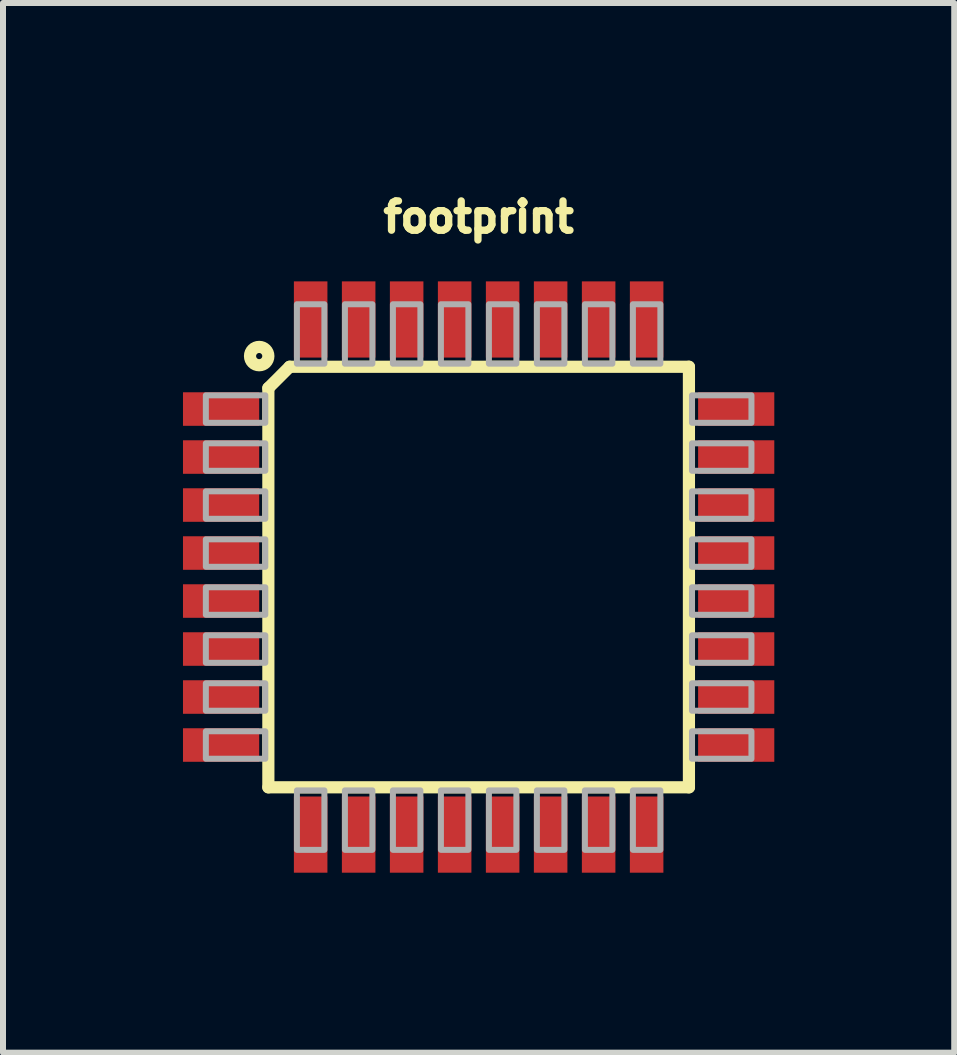
<source format=kicad_pcb>
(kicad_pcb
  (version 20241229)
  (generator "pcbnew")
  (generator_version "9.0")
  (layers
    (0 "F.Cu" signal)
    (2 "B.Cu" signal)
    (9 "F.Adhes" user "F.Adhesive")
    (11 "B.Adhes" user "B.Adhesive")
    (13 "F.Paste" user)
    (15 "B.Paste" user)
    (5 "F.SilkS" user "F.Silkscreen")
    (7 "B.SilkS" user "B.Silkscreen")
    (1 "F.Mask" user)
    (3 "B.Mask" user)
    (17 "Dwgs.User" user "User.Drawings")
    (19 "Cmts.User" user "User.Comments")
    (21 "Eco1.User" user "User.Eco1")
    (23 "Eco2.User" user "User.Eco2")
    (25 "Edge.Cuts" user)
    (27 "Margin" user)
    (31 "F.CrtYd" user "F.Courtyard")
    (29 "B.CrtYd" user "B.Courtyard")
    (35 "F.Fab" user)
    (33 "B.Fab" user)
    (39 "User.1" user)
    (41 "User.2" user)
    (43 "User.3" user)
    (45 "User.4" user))
  (footprint "footprint"
    (layer "F.Cu")
    (at 4.928 6.568)
    (property "Reference" "footprint" (at 0 -5.715 0) (layer "F.SilkS") (effects (font (size 0.488 0.488) (thickness 0.122)) (justify bottom)))
    (fp_line (start -3.505 3.505) (end -3.505 -3.15) (stroke (width 0.203) (type solid)) (layer "F.SilkS"))
    (fp_line (start -3.15 -3.505) (end -3.505 -3.15) (stroke (width 0.203) (type solid)) (layer "F.SilkS"))
    (fp_line (start -3.15 -3.505) (end 3.505 -3.505) (stroke (width 0.203) (type solid)) (layer "F.SilkS"))
    (fp_line (start 3.505 -3.505) (end 3.505 3.505) (stroke (width 0.203) (type solid)) (layer "F.SilkS"))
    (fp_line (start 3.505 3.505) (end -3.505 3.505) (stroke (width 0.203) (type solid)) (layer "F.SilkS"))
    (fp_circle (center -3.658 -3.683) (end -3.505 -3.683) (stroke (width 0.203) (type solid)) (fill no) (layer "F.SilkS"))
    (fp_poly (pts (xy -4.547 -2.571) (xy -3.556 -2.571) (xy -3.556 -3.029) (xy -4.547 -3.029)) (stroke (width 0.1) (type solid)) (fill no) (layer "F.Fab"))
    (fp_poly (pts (xy -4.547 -1.771) (xy -3.556 -1.771) (xy -3.556 -2.229) (xy -4.547 -2.229)) (stroke (width 0.1) (type solid)) (fill no) (layer "F.Fab"))
    (fp_poly (pts (xy -4.547 -0.971) (xy -3.556 -0.971) (xy -3.556 -1.429) (xy -4.547 -1.429)) (stroke (width 0.1) (type solid)) (fill no) (layer "F.Fab"))
    (fp_poly (pts (xy -4.547 -0.171) (xy -3.556 -0.171) (xy -3.556 -0.629) (xy -4.547 -0.629)) (stroke (width 0.1) (type solid)) (fill no) (layer "F.Fab"))
    (fp_poly (pts (xy -4.547 0.629) (xy -3.556 0.629) (xy -3.556 0.171) (xy -4.547 0.171)) (stroke (width 0.1) (type solid)) (fill no) (layer "F.Fab"))
    (fp_poly (pts (xy -4.547 1.429) (xy -3.556 1.429) (xy -3.556 0.971) (xy -4.547 0.971)) (stroke (width 0.1) (type solid)) (fill no) (layer "F.Fab"))
    (fp_poly (pts (xy -4.547 2.229) (xy -3.556 2.229) (xy -3.556 1.771) (xy -4.547 1.771)) (stroke (width 0.1) (type solid)) (fill no) (layer "F.Fab"))
    (fp_poly (pts (xy -4.547 3.029) (xy -3.556 3.029) (xy -3.556 2.571) (xy -4.547 2.571)) (stroke (width 0.1) (type solid)) (fill no) (layer "F.Fab"))
    (fp_poly (pts (xy -3.029 -3.556) (xy -2.571 -3.556) (xy -2.571 -4.547) (xy -3.029 -4.547)) (stroke (width 0.1) (type solid)) (fill no) (layer "F.Fab"))
    (fp_poly (pts (xy -3.029 4.547) (xy -2.571 4.547) (xy -2.571 3.556) (xy -3.029 3.556)) (stroke (width 0.1) (type solid)) (fill no) (layer "F.Fab"))
    (fp_poly (pts (xy -2.229 -3.556) (xy -1.771 -3.556) (xy -1.771 -4.547) (xy -2.229 -4.547)) (stroke (width 0.1) (type solid)) (fill no) (layer "F.Fab"))
    (fp_poly (pts (xy -2.229 4.547) (xy -1.771 4.547) (xy -1.771 3.556) (xy -2.229 3.556)) (stroke (width 0.1) (type solid)) (fill no) (layer "F.Fab"))
    (fp_poly (pts (xy -1.429 -3.556) (xy -0.971 -3.556) (xy -0.971 -4.547) (xy -1.429 -4.547)) (stroke (width 0.1) (type solid)) (fill no) (layer "F.Fab"))
    (fp_poly (pts (xy -1.429 4.547) (xy -0.971 4.547) (xy -0.971 3.556) (xy -1.429 3.556)) (stroke (width 0.1) (type solid)) (fill no) (layer "F.Fab"))
    (fp_poly (pts (xy -0.629 -3.556) (xy -0.171 -3.556) (xy -0.171 -4.547) (xy -0.629 -4.547)) (stroke (width 0.1) (type solid)) (fill no) (layer "F.Fab"))
    (fp_poly (pts (xy -0.629 4.547) (xy -0.171 4.547) (xy -0.171 3.556) (xy -0.629 3.556)) (stroke (width 0.1) (type solid)) (fill no) (layer "F.Fab"))
    (fp_poly (pts (xy 0.171 -3.556) (xy 0.629 -3.556) (xy 0.629 -4.547) (xy 0.171 -4.547)) (stroke (width 0.1) (type solid)) (fill no) (layer "F.Fab"))
    (fp_poly (pts (xy 0.171 4.547) (xy 0.629 4.547) (xy 0.629 3.556) (xy 0.171 3.556)) (stroke (width 0.1) (type solid)) (fill no) (layer "F.Fab"))
    (fp_poly (pts (xy 0.971 -3.556) (xy 1.429 -3.556) (xy 1.429 -4.547) (xy 0.971 -4.547)) (stroke (width 0.1) (type solid)) (fill no) (layer "F.Fab"))
    (fp_poly (pts (xy 0.971 4.547) (xy 1.429 4.547) (xy 1.429 3.556) (xy 0.971 3.556)) (stroke (width 0.1) (type solid)) (fill no) (layer "F.Fab"))
    (fp_poly (pts (xy 1.771 -3.556) (xy 2.229 -3.556) (xy 2.229 -4.547) (xy 1.771 -4.547)) (stroke (width 0.1) (type solid)) (fill no) (layer "F.Fab"))
    (fp_poly (pts (xy 1.771 4.547) (xy 2.229 4.547) (xy 2.229 3.556) (xy 1.771 3.556)) (stroke (width 0.1) (type solid)) (fill no) (layer "F.Fab"))
    (fp_poly (pts (xy 2.571 -3.556) (xy 3.029 -3.556) (xy 3.029 -4.547) (xy 2.571 -4.547)) (stroke (width 0.1) (type solid)) (fill no) (layer "F.Fab"))
    (fp_poly (pts (xy 2.571 4.547) (xy 3.029 4.547) (xy 3.029 3.556) (xy 2.571 3.556)) (stroke (width 0.1) (type solid)) (fill no) (layer "F.Fab"))
    (fp_poly (pts (xy 3.556 -2.571) (xy 4.547 -2.571) (xy 4.547 -3.029) (xy 3.556 -3.029)) (stroke (width 0.1) (type solid)) (fill no) (layer "F.Fab"))
    (fp_poly (pts (xy 3.556 -1.771) (xy 4.547 -1.771) (xy 4.547 -2.229) (xy 3.556 -2.229)) (stroke (width 0.1) (type solid)) (fill no) (layer "F.Fab"))
    (fp_poly (pts (xy 3.556 -0.971) (xy 4.547 -0.971) (xy 4.547 -1.429) (xy 3.556 -1.429)) (stroke (width 0.1) (type solid)) (fill no) (layer "F.Fab"))
    (fp_poly (pts (xy 3.556 -0.171) (xy 4.547 -0.171) (xy 4.547 -0.629) (xy 3.556 -0.629)) (stroke (width 0.1) (type solid)) (fill no) (layer "F.Fab"))
    (fp_poly (pts (xy 3.556 0.629) (xy 4.547 0.629) (xy 4.547 0.171) (xy 3.556 0.171)) (stroke (width 0.1) (type solid)) (fill no) (layer "F.Fab"))
    (fp_poly (pts (xy 3.556 1.429) (xy 4.547 1.429) (xy 4.547 0.971) (xy 3.556 0.971)) (stroke (width 0.1) (type solid)) (fill no) (layer "F.Fab"))
    (fp_poly (pts (xy 3.556 2.229) (xy 4.547 2.229) (xy 4.547 1.771) (xy 3.556 1.771)) (stroke (width 0.1) (type solid)) (fill no) (layer "F.Fab"))
    (fp_poly (pts (xy 3.556 3.029) (xy 4.547 3.029) (xy 4.547 2.571) (xy 3.556 2.571)) (stroke (width 0.1) (type solid)) (fill no) (layer "F.Fab"))
    (pad "1" smd rect (at -4.293 -2.8) (size 1.27 0.559) (layers "F.Cu" "F.Mask" "F.Paste"))
    (pad "2" smd rect (at -4.293 -2) (size 1.27 0.559) (layers "F.Cu" "F.Mask" "F.Paste"))
    (pad "3" smd rect (at -4.293 -1.2) (size 1.27 0.559) (layers "F.Cu" "F.Mask" "F.Paste"))
    (pad "4" smd rect (at -4.293 -0.4) (size 1.27 0.559) (layers "F.Cu" "F.Mask" "F.Paste"))
    (pad "5" smd rect (at -4.293 0.4) (size 1.27 0.559) (layers "F.Cu" "F.Mask" "F.Paste"))
    (pad "6" smd rect (at -4.293 1.2) (size 1.27 0.559) (layers "F.Cu" "F.Mask" "F.Paste"))
    (pad "7" smd rect (at -4.293 2) (size 1.27 0.559) (layers "F.Cu" "F.Mask" "F.Paste"))
    (pad "8" smd rect (at -4.293 2.8) (size 1.27 0.559) (layers "F.Cu" "F.Mask" "F.Paste"))
    (pad "9" smd rect (at -2.8 4.293) (size 0.559 1.27) (layers "F.Cu" "F.Mask" "F.Paste"))
    (pad "10" smd rect (at -2 4.293) (size 0.559 1.27) (layers "F.Cu" "F.Mask" "F.Paste"))
    (pad "11" smd rect (at -1.2 4.293) (size 0.559 1.27) (layers "F.Cu" "F.Mask" "F.Paste"))
    (pad "12" smd rect (at -0.4 4.293) (size 0.559 1.27) (layers "F.Cu" "F.Mask" "F.Paste"))
    (pad "13" smd rect (at 0.4 4.293) (size 0.559 1.27) (layers "F.Cu" "F.Mask" "F.Paste"))
    (pad "14" smd rect (at 1.2 4.293) (size 0.559 1.27) (layers "F.Cu" "F.Mask" "F.Paste"))
    (pad "15" smd rect (at 2 4.293) (size 0.559 1.27) (layers "F.Cu" "F.Mask" "F.Paste"))
    (pad "16" smd rect (at 2.8 4.293) (size 0.559 1.27) (layers "F.Cu" "F.Mask" "F.Paste"))
    (pad "17" smd rect (at 4.293 2.8) (size 1.27 0.559) (layers "F.Cu" "F.Mask" "F.Paste"))
    (pad "18" smd rect (at 4.293 2) (size 1.27 0.559) (layers "F.Cu" "F.Mask" "F.Paste"))
    (pad "19" smd rect (at 4.293 1.2) (size 1.27 0.559) (layers "F.Cu" "F.Mask" "F.Paste"))
    (pad "20" smd rect (at 4.293 0.4) (size 1.27 0.559) (layers "F.Cu" "F.Mask" "F.Paste"))
    (pad "21" smd rect (at 4.293 -0.4) (size 1.27 0.559) (layers "F.Cu" "F.Mask" "F.Paste"))
    (pad "22" smd rect (at 4.293 -1.2) (size 1.27 0.559) (layers "F.Cu" "F.Mask" "F.Paste"))
    (pad "23" smd rect (at 4.293 -2) (size 1.27 0.559) (layers "F.Cu" "F.Mask" "F.Paste"))
    (pad "24" smd rect (at 4.293 -2.8) (size 1.27 0.559) (layers "F.Cu" "F.Mask" "F.Paste"))
    (pad "25" smd rect (at 2.8 -4.293) (size 0.559 1.27) (layers "F.Cu" "F.Mask" "F.Paste"))
    (pad "26" smd rect (at 2 -4.293) (size 0.559 1.27) (layers "F.Cu" "F.Mask" "F.Paste"))
    (pad "27" smd rect (at 1.2 -4.293) (size 0.559 1.27) (layers "F.Cu" "F.Mask" "F.Paste"))
    (pad "28" smd rect (at 0.4 -4.293) (size 0.559 1.27) (layers "F.Cu" "F.Mask" "F.Paste"))
    (pad "29" smd rect (at -0.4 -4.293) (size 0.559 1.27) (layers "F.Cu" "F.Mask" "F.Paste"))
    (pad "30" smd rect (at -1.2 -4.293) (size 0.559 1.27) (layers "F.Cu" "F.Mask" "F.Paste"))
    (pad "31" smd rect (at -2 -4.293) (size 0.559 1.27) (layers "F.Cu" "F.Mask" "F.Paste"))
    (pad "32" smd rect (at -2.8 -4.293) (size 0.559 1.27) (layers "F.Cu" "F.Mask" "F.Paste")))
  (gr_rect
    (start -3 -3)
    (end 12.855 14.496)
    (stroke (width 0.1) (type default))
    (fill no)
    (layer "Edge.Cuts")))
</source>
